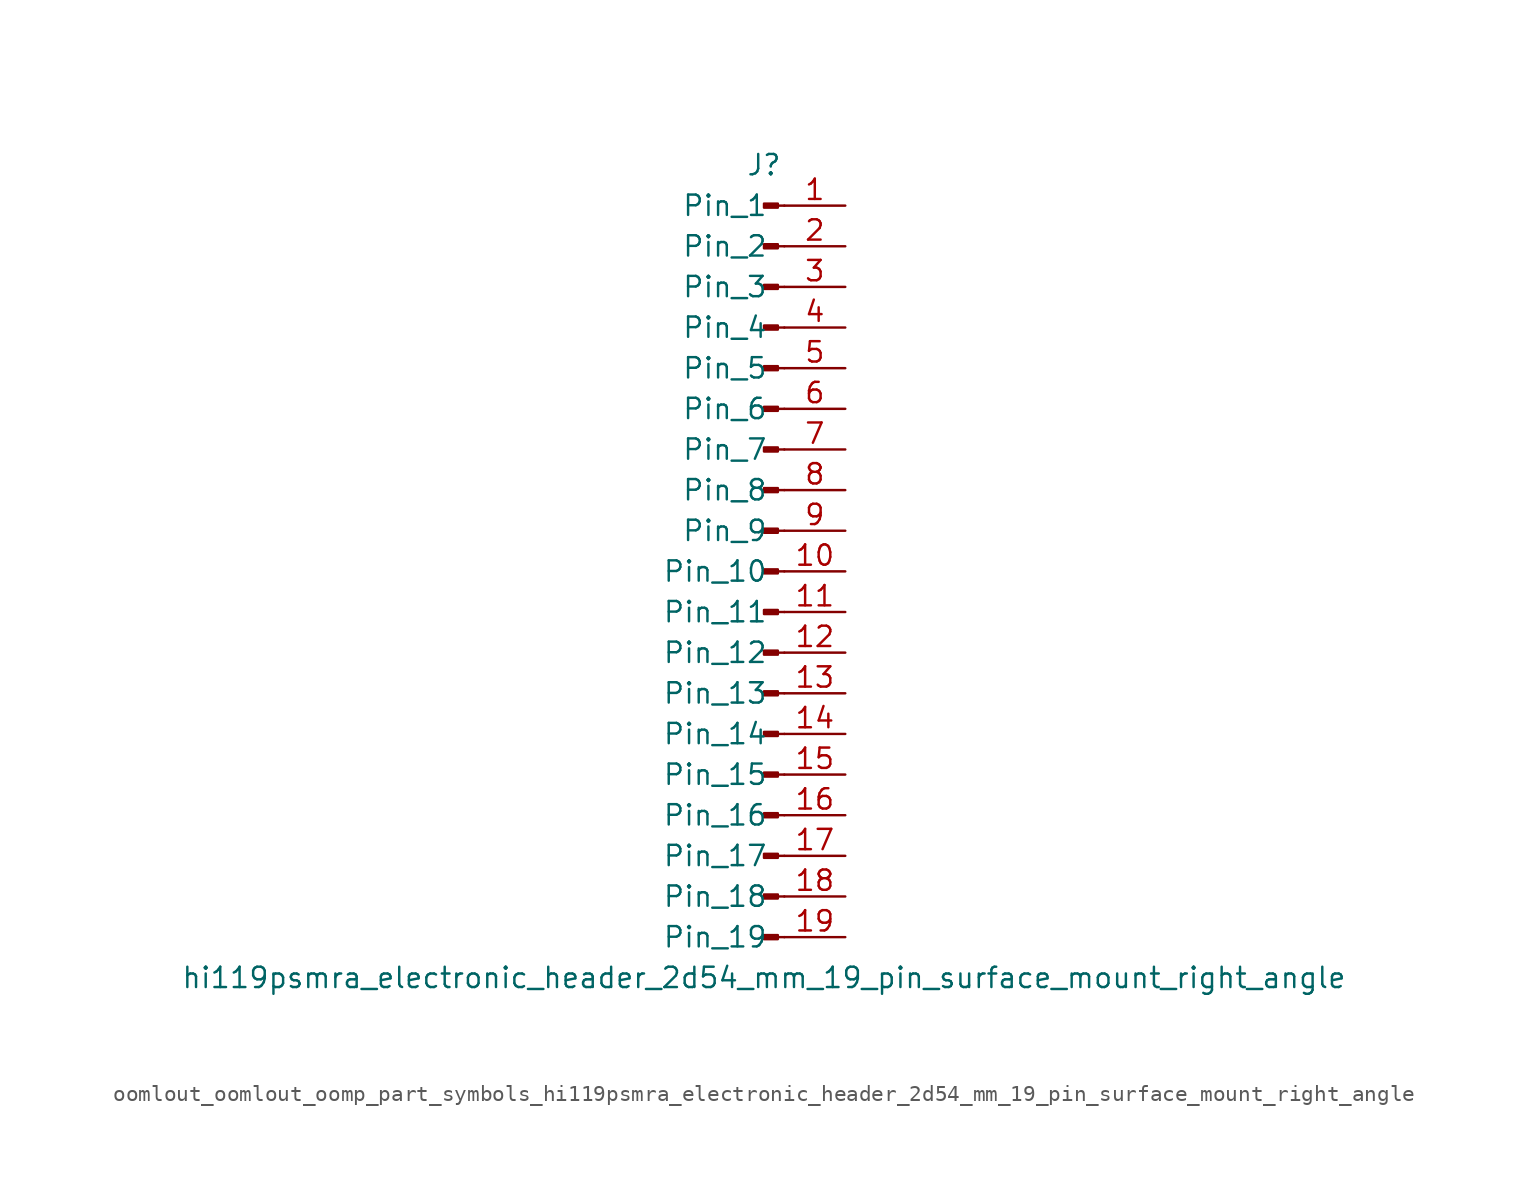
<source format=kicad_sym>
(kicad_symbol_lib
  (version 20220914)
  (generator kicad_symbol_editor)
  (symbol "oomlout_oomlout_oomp_part_symbols_hi119psmra_electronic_header_2d54_mm_19_pin_surface_mount_right_angle"
    (pin_names
      (offset 1.016))
    (property "Reference" "J"
      (at 0 25.4 0)
      (effects (font (size 1.27 1.27))))
    (property "Value" "hi119psmra_electronic_header_2d54_mm_19_pin_surface_mount_right_angle"
      (at 0 -25.4 0)
      (effects (font (size 1.27 1.27))))
    (property "ki_locked" ""
      (at 0 0 0)
      (effects (font (size 1.27 1.27))))
    (symbol "oomlout_oomlout_oomp_part_symbols_hi119psmra_electronic_header_2d54_mm_19_pin_surface_mount_right_angle_1_1"
      (polyline (pts (xy 1.27 -22.86) (xy 0.864 -22.86)) (stroke (width 0.152) (type default)) (fill (type none)))
      (polyline (pts (xy 1.27 -20.32) (xy 0.864 -20.32)) (stroke (width 0.152) (type default)) (fill (type none)))
      (polyline (pts (xy 1.27 -17.78) (xy 0.864 -17.78)) (stroke (width 0.152) (type default)) (fill (type none)))
      (polyline (pts (xy 1.27 -15.24) (xy 0.864 -15.24)) (stroke (width 0.152) (type default)) (fill (type none)))
      (polyline (pts (xy 1.27 -12.7) (xy 0.864 -12.7)) (stroke (width 0.152) (type default)) (fill (type none)))
      (polyline (pts (xy 1.27 -10.16) (xy 0.864 -10.16)) (stroke (width 0.152) (type default)) (fill (type none)))
      (polyline (pts (xy 1.27 -7.62) (xy 0.864 -7.62)) (stroke (width 0.152) (type default)) (fill (type none)))
      (polyline (pts (xy 1.27 -5.08) (xy 0.864 -5.08)) (stroke (width 0.152) (type default)) (fill (type none)))
      (polyline (pts (xy 1.27 -2.54) (xy 0.864 -2.54)) (stroke (width 0.152) (type default)) (fill (type none)))
      (polyline (pts (xy 1.27 0) (xy 0.864 0)) (stroke (width 0.152) (type default)) (fill (type none)))
      (polyline (pts (xy 1.27 2.54) (xy 0.864 2.54)) (stroke (width 0.152) (type default)) (fill (type none)))
      (polyline (pts (xy 1.27 5.08) (xy 0.864 5.08)) (stroke (width 0.152) (type default)) (fill (type none)))
      (polyline (pts (xy 1.27 7.62) (xy 0.864 7.62)) (stroke (width 0.152) (type default)) (fill (type none)))
      (polyline (pts (xy 1.27 10.16) (xy 0.864 10.16)) (stroke (width 0.152) (type default)) (fill (type none)))
      (polyline (pts (xy 1.27 12.7) (xy 0.864 12.7)) (stroke (width 0.152) (type default)) (fill (type none)))
      (polyline (pts (xy 1.27 15.24) (xy 0.864 15.24)) (stroke (width 0.152) (type default)) (fill (type none)))
      (polyline (pts (xy 1.27 17.78) (xy 0.864 17.78)) (stroke (width 0.152) (type default)) (fill (type none)))
      (polyline (pts (xy 1.27 20.32) (xy 0.864 20.32)) (stroke (width 0.152) (type default)) (fill (type none)))
      (polyline (pts (xy 1.27 22.86) (xy 0.864 22.86)) (stroke (width 0.152) (type default)) (fill (type none)))
      (rectangle (start 0.864 -22.733) (end 0 -22.987) (stroke (width 0.152) (type default)) (fill (type outline)))
      (rectangle (start 0.864 -20.193) (end 0 -20.447) (stroke (width 0.152) (type default)) (fill (type outline)))
      (rectangle (start 0.864 -17.653) (end 0 -17.907) (stroke (width 0.152) (type default)) (fill (type outline)))
      (rectangle (start 0.864 -15.113) (end 0 -15.367) (stroke (width 0.152) (type default)) (fill (type outline)))
      (rectangle (start 0.864 -12.573) (end 0 -12.827) (stroke (width 0.152) (type default)) (fill (type outline)))
      (rectangle (start 0.864 -10.033) (end 0 -10.287) (stroke (width 0.152) (type default)) (fill (type outline)))
      (rectangle (start 0.864 -7.493) (end 0 -7.747) (stroke (width 0.152) (type default)) (fill (type outline)))
      (rectangle (start 0.864 -4.953) (end 0 -5.207) (stroke (width 0.152) (type default)) (fill (type outline)))
      (rectangle (start 0.864 -2.413) (end 0 -2.667) (stroke (width 0.152) (type default)) (fill (type outline)))
      (rectangle (start 0.864 0.127) (end 0 -0.127) (stroke (width 0.152) (type default)) (fill (type outline)))
      (rectangle (start 0.864 2.667) (end 0 2.413) (stroke (width 0.152) (type default)) (fill (type outline)))
      (rectangle (start 0.864 5.207) (end 0 4.953) (stroke (width 0.152) (type default)) (fill (type outline)))
      (rectangle (start 0.864 7.747) (end 0 7.493) (stroke (width 0.152) (type default)) (fill (type outline)))
      (rectangle (start 0.864 10.287) (end 0 10.033) (stroke (width 0.152) (type default)) (fill (type outline)))
      (rectangle (start 0.864 12.827) (end 0 12.573) (stroke (width 0.152) (type default)) (fill (type outline)))
      (rectangle (start 0.864 15.367) (end 0 15.113) (stroke (width 0.152) (type default)) (fill (type outline)))
      (rectangle (start 0.864 17.907) (end 0 17.653) (stroke (width 0.152) (type default)) (fill (type outline)))
      (rectangle (start 0.864 20.447) (end 0 20.193) (stroke (width 0.152) (type default)) (fill (type outline)))
      (rectangle (start 0.864 22.987) (end 0 22.733) (stroke (width 0.152) (type default)) (fill (type outline)))
      (pin passive line (at 5.08 22.86 180) (length 3.81) (name "Pin_1" (effects (font (size 1.27 1.27)))) (number "1" (effects (font (size 1.27 1.27)))))
      (pin passive line (at 5.08 0 180) (length 3.81) (name "Pin_10" (effects (font (size 1.27 1.27)))) (number "10" (effects (font (size 1.27 1.27)))))
      (pin passive line (at 5.08 -2.54 180) (length 3.81) (name "Pin_11" (effects (font (size 1.27 1.27)))) (number "11" (effects (font (size 1.27 1.27)))))
      (pin passive line (at 5.08 -5.08 180) (length 3.81) (name "Pin_12" (effects (font (size 1.27 1.27)))) (number "12" (effects (font (size 1.27 1.27)))))
      (pin passive line (at 5.08 -7.62 180) (length 3.81) (name "Pin_13" (effects (font (size 1.27 1.27)))) (number "13" (effects (font (size 1.27 1.27)))))
      (pin passive line (at 5.08 -10.16 180) (length 3.81) (name "Pin_14" (effects (font (size 1.27 1.27)))) (number "14" (effects (font (size 1.27 1.27)))))
      (pin passive line (at 5.08 -12.7 180) (length 3.81) (name "Pin_15" (effects (font (size 1.27 1.27)))) (number "15" (effects (font (size 1.27 1.27)))))
      (pin passive line (at 5.08 -15.24 180) (length 3.81) (name "Pin_16" (effects (font (size 1.27 1.27)))) (number "16" (effects (font (size 1.27 1.27)))))
      (pin passive line (at 5.08 -17.78 180) (length 3.81) (name "Pin_17" (effects (font (size 1.27 1.27)))) (number "17" (effects (font (size 1.27 1.27)))))
      (pin passive line (at 5.08 -20.32 180) (length 3.81) (name "Pin_18" (effects (font (size 1.27 1.27)))) (number "18" (effects (font (size 1.27 1.27)))))
      (pin passive line (at 5.08 -22.86 180) (length 3.81) (name "Pin_19" (effects (font (size 1.27 1.27)))) (number "19" (effects (font (size 1.27 1.27)))))
      (pin passive line (at 5.08 20.32 180) (length 3.81) (name "Pin_2" (effects (font (size 1.27 1.27)))) (number "2" (effects (font (size 1.27 1.27)))))
      (pin passive line (at 5.08 17.78 180) (length 3.81) (name "Pin_3" (effects (font (size 1.27 1.27)))) (number "3" (effects (font (size 1.27 1.27)))))
      (pin passive line (at 5.08 15.24 180) (length 3.81) (name "Pin_4" (effects (font (size 1.27 1.27)))) (number "4" (effects (font (size 1.27 1.27)))))
      (pin passive line (at 5.08 12.7 180) (length 3.81) (name "Pin_5" (effects (font (size 1.27 1.27)))) (number "5" (effects (font (size 1.27 1.27)))))
      (pin passive line (at 5.08 10.16 180) (length 3.81) (name "Pin_6" (effects (font (size 1.27 1.27)))) (number "6" (effects (font (size 1.27 1.27)))))
      (pin passive line (at 5.08 7.62 180) (length 3.81) (name "Pin_7" (effects (font (size 1.27 1.27)))) (number "7" (effects (font (size 1.27 1.27)))))
      (pin passive line (at 5.08 5.08 180) (length 3.81) (name "Pin_8" (effects (font (size 1.27 1.27)))) (number "8" (effects (font (size 1.27 1.27)))))
      (pin passive line (at 5.08 2.54 180) (length 3.81) (name "Pin_9" (effects (font (size 1.27 1.27)))) (number "9" (effects (font (size 1.27 1.27))))))))
</source>
